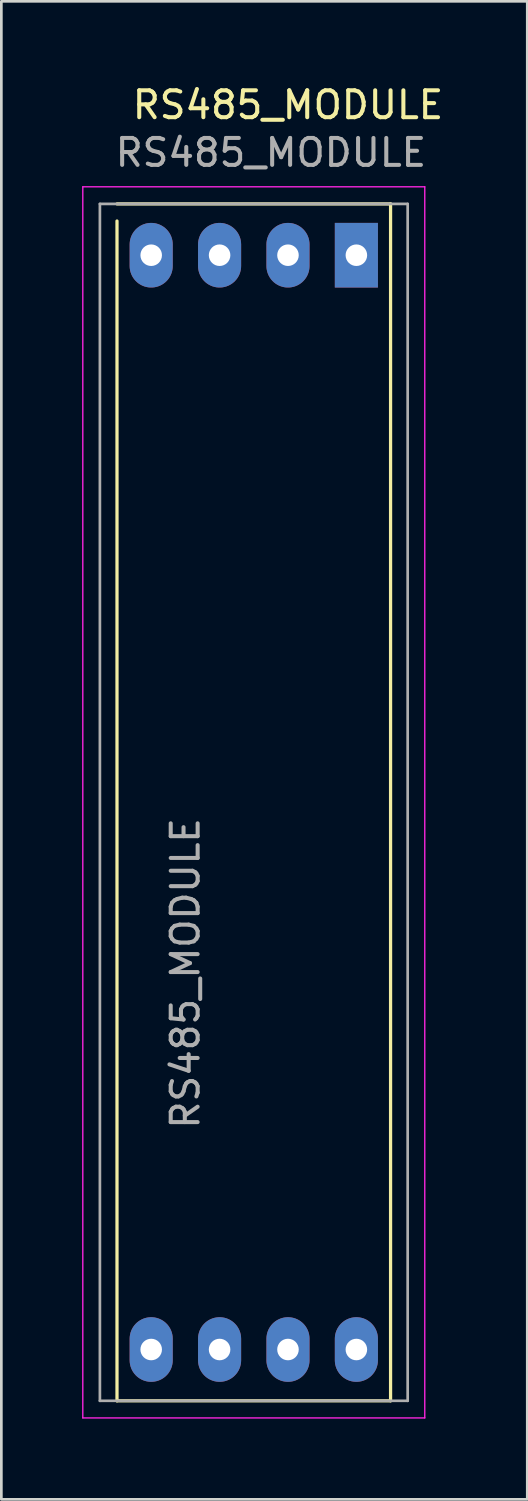
<source format=kicad_pcb>
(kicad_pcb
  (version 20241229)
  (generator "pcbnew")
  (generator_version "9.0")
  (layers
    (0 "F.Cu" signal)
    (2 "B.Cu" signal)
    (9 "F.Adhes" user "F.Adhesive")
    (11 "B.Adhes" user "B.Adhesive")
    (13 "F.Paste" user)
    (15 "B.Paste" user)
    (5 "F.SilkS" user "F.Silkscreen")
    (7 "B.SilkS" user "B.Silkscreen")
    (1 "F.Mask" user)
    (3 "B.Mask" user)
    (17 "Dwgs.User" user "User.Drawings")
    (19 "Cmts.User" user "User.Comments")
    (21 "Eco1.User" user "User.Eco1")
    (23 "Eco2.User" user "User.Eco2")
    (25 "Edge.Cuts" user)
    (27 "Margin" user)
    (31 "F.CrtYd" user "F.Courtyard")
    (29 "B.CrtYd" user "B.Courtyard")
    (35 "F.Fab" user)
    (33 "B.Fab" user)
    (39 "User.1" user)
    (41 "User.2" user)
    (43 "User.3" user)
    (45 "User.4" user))
  (footprint "RS485_MODULE"
    (layer "F.Cu")
    (at 7.645 1.348)
    (property "Reference" "RS485_MODULE" (at 0 -0.5 0) (unlocked yes) (layer "F.SilkS") (effects (font (size 1 1) (thickness 0.15))))
    (attr through_hole)
    (fp_line (start -6.35 3.81) (end -6.35 47.625) (stroke (width 0.12) (type solid)) (layer "F.SilkS"))
    (fp_line (start -6.35 47.625) (end 3.81 47.625) (stroke (width 0.12) (type solid)) (layer "F.SilkS"))
    (fp_line (start 3.81 3.175) (end -6.35 3.175) (stroke (width 0.12) (type solid)) (layer "F.SilkS"))
    (fp_line (start 3.81 47.625) (end 3.81 3.175) (stroke (width 0.12) (type solid)) (layer "F.SilkS"))
    (fp_line (start -7.62 2.54) (end -7.62 48.26) (stroke (width 0.05) (type solid)) (layer "F.CrtYd"))
    (fp_line (start -7.62 48.26) (end 5.08 48.26) (stroke (width 0.05) (type solid)) (layer "F.CrtYd"))
    (fp_line (start 5.08 2.54) (end -7.62 2.54) (stroke (width 0.05) (type solid)) (layer "F.CrtYd"))
    (fp_line (start 5.08 48.26) (end 5.08 2.54) (stroke (width 0.05) (type solid)) (layer "F.CrtYd"))
    (fp_line (start -6.985 3.175) (end 4.445 3.175) (stroke (width 0.1) (type solid)) (layer "F.Fab"))
    (fp_line (start -6.985 47.625) (end -6.985 3.175) (stroke (width 0.1) (type solid)) (layer "F.Fab"))
    (fp_line (start 4.445 3.175) (end 4.445 47.625) (stroke (width 0.1) (type solid)) (layer "F.Fab"))
    (fp_line (start 4.445 47.625) (end -6.985 47.625) (stroke (width 0.1) (type solid)) (layer "F.Fab"))
    (fp_text user "${REFERENCE}" (at -0.635 1.27 0) (unlocked yes) (layer "F.Fab") (effects (font (size 1 1) (thickness 0.15))))
    (fp_text user "${REFERENCE}" (at -3.81 31.75 270) (layer "F.Fab") (effects (font (size 1 1) (thickness 0.15))))
    (pad "1" thru_hole rect (at 2.54 5.08 270) (size 2.4 1.6) (drill 0.8) (layers "*.Cu" "*.Mask"))
    (pad "2" thru_hole oval (at 0 5.08 90) (size 2.4 1.6) (drill 0.8) (layers "*.Cu" "*.Mask"))
    (pad "3" thru_hole oval (at -2.54 5.08 270) (size 2.4 1.6) (drill 0.8) (layers "*.Cu" "*.Mask"))
    (pad "4" thru_hole oval (at -5.08 5.08 90) (size 2.4 1.6) (drill 0.8) (layers "*.Cu" "*.Mask"))
    (pad "5" thru_hole oval (at -5.08 45.72 90) (size 2.4 1.6) (drill 0.8) (layers "*.Cu" "*.Mask"))
    (pad "6" thru_hole oval (at -2.54 45.72 90) (size 2.4 1.6) (drill 0.8) (layers "*.Cu" "*.Mask"))
    (pad "7" thru_hole oval (at 0 45.72 90) (size 2.4 1.6) (drill 0.8) (layers "*.Cu" "*.Mask"))
    (pad "8" thru_hole oval (at 2.54 45.72 90) (size 2.4 1.6) (drill 0.8) (layers "*.Cu" "*.Mask")))
  (gr_rect
    (start -3 -3)
    (end 16.532 52.633)
    (stroke (width 0.1) (type default))
    (fill no)
    (layer "Edge.Cuts")))
</source>
